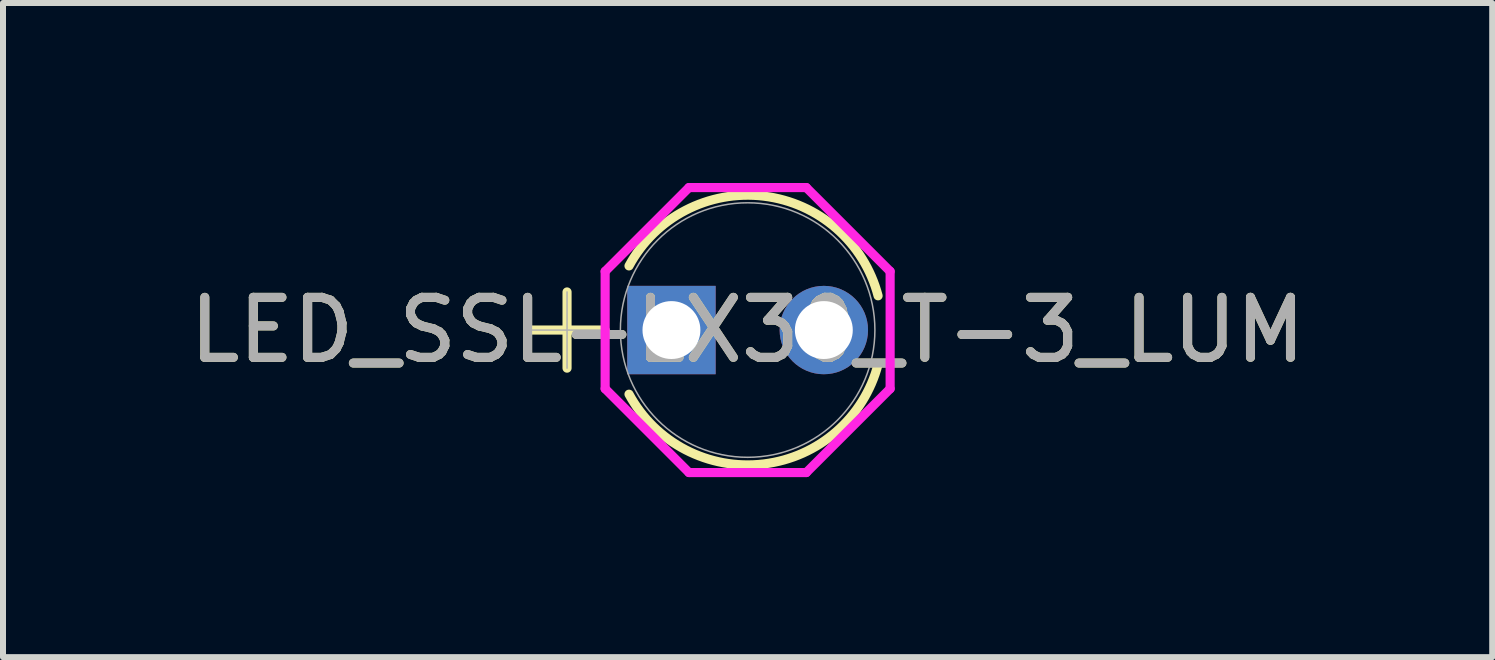
<source format=kicad_pcb>
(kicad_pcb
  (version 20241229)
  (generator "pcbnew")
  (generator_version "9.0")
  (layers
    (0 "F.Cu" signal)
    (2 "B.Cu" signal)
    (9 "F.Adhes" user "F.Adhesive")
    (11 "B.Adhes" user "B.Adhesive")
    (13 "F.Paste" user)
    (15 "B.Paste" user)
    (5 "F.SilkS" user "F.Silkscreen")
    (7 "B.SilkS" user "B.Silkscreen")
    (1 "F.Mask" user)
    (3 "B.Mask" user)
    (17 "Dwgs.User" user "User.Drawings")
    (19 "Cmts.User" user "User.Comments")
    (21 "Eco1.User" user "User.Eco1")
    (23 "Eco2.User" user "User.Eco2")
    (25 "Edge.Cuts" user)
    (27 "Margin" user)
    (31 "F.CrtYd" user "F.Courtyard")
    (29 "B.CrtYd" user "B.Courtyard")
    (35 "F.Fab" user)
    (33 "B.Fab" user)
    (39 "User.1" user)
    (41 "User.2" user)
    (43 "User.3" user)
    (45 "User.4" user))
  (footprint "LED_SSL-LX30_T-3_LUM"
    (layer "F.Cu")
    (at 8.141 2.451)
    (property "Reference" "LED_SSL-LX30_T-3_LUM" (at 1.27 0 0) (unlocked yes) (layer "F.SilkS") (effects (font (size 1 1) (thickness 0.15))))
    (attr through_hole)
    (fp_line (start -2.375 0) (end -1.105 0) (stroke (width 0.152) (type solid)) (layer "F.SilkS"))
    (fp_line (start -1.74 -0.635) (end -1.74 0.635) (stroke (width 0.152) (type solid)) (layer "F.SilkS"))
    (fp_arc (start -0.707262 -1.069341) (mid 1.537974 -2.23187) (end 3.444199 -0.570887) (stroke (width 0.1524) (type solid)) (layer "F.SilkS"))
    (fp_arc (start 3.4442 0.570885) (mid 1.537974 2.23187) (end -0.707263 1.069339) (stroke (width 0.1524) (type solid)) (layer "F.SilkS"))
    (fp_line (start -1.105 -0.978) (end 0.292 -2.375) (stroke (width 0.152) (type solid)) (layer "F.CrtYd"))
    (fp_line (start -1.105 0.978) (end -1.105 -0.978) (stroke (width 0.152) (type solid)) (layer "F.CrtYd"))
    (fp_line (start 0.292 -2.375) (end 2.248 -2.375) (stroke (width 0.152) (type solid)) (layer "F.CrtYd"))
    (fp_line (start 0.292 2.375) (end -1.105 0.978) (stroke (width 0.152) (type solid)) (layer "F.CrtYd"))
    (fp_line (start 2.248 -2.375) (end 3.645 -0.978) (stroke (width 0.152) (type solid)) (layer "F.CrtYd"))
    (fp_line (start 2.248 2.375) (end 0.292 2.375) (stroke (width 0.152) (type solid)) (layer "F.CrtYd"))
    (fp_line (start 3.645 -0.978) (end 3.645 0.978) (stroke (width 0.152) (type solid)) (layer "F.CrtYd"))
    (fp_line (start 3.645 0.978) (end 2.248 2.375) (stroke (width 0.152) (type solid)) (layer "F.CrtYd"))
    (fp_line (start -2.375 0) (end -1.105 0) (stroke (width 0.025) (type solid)) (layer "F.Fab"))
    (fp_line (start -1.74 -0.635) (end -1.74 0.635) (stroke (width 0.025) (type solid)) (layer "F.Fab"))
    (fp_circle (center 1.27 0) (end 3.391 0) (stroke (width 0.025) (type solid)) (fill no) (layer "F.Fab"))
    (fp_text user "${REFERENCE}" (at 1.27 0 0) (unlocked yes) (layer "F.Fab") (effects (font (size 1 1) (thickness 0.15))))
    (pad "1" thru_hole rect (at 0 0) (size 1.473 1.473) (drill 0.965) (layers "*.Cu" "*.Mask"))
    (pad "2" thru_hole circle (at 2.54 0) (size 1.473 1.473) (drill 0.965) (layers "*.Cu" "*.Mask")))
  (gr_rect
    (start -3 -3)
    (end 21.821 7.902)
    (stroke (width 0.1) (type default))
    (fill no)
    (layer "Edge.Cuts")))
</source>
